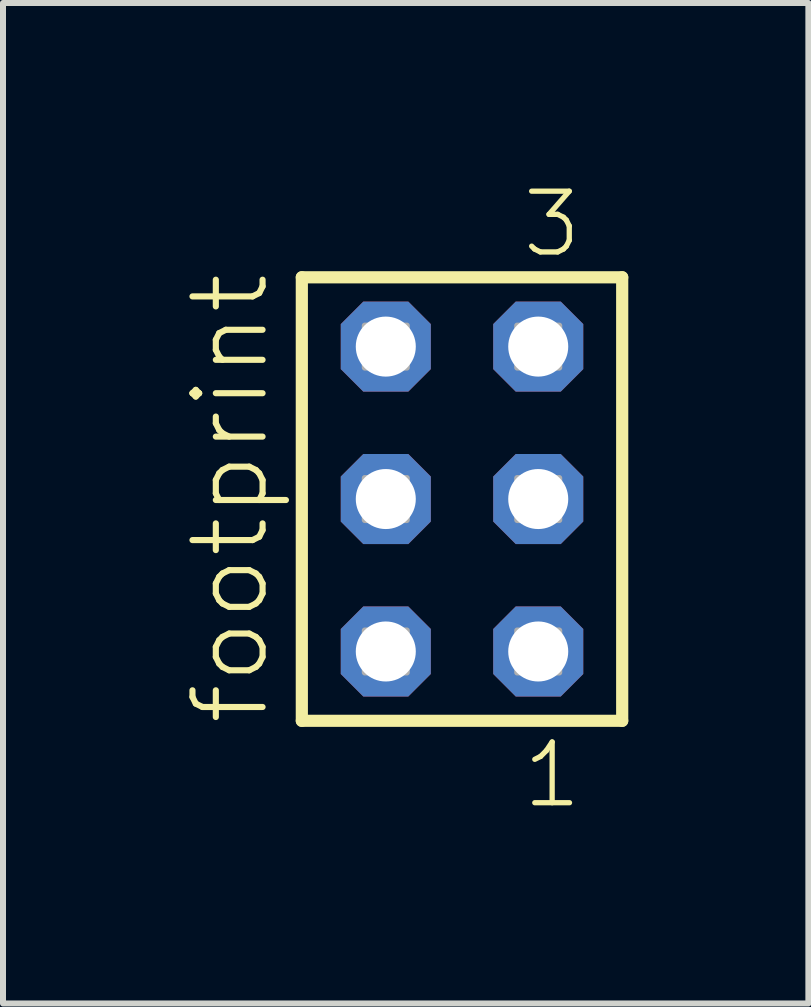
<source format=kicad_pcb>
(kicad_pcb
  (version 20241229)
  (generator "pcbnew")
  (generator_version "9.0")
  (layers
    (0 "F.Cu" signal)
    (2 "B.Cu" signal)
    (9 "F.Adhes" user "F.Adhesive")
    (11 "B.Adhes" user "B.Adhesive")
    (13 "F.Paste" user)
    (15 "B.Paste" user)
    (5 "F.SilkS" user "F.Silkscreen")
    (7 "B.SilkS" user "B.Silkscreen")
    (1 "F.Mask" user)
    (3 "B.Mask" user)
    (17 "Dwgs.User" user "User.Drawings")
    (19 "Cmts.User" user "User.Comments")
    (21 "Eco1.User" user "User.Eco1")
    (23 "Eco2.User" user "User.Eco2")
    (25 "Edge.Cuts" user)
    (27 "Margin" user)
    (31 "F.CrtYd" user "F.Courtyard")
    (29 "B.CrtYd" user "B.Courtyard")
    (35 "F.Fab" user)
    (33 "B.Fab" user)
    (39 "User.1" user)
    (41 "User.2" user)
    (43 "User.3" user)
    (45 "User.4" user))
  (footprint "footprint"
    (layer "F.Cu")
    (at 4.648 5.265)
    (property "Reference" "footprint" (at -3.175 3.81 90) (layer "F.SilkS") (effects (font (size 1.168 1.168) (thickness 0.102)) (justify left bottom)))
    (fp_line (start -2.669 -3.695) (end 2.669 -3.695) (stroke (width 0.203) (type solid)) (layer "F.SilkS"))
    (fp_line (start -2.669 3.695) (end -2.669 -3.695) (stroke (width 0.203) (type solid)) (layer "F.SilkS"))
    (fp_line (start 2.669 -3.695) (end 2.669 3.695) (stroke (width 0.203) (type solid)) (layer "F.SilkS"))
    (fp_line (start 2.669 3.695) (end -2.669 3.695) (stroke (width 0.203) (type solid)) (layer "F.SilkS"))
    (fp_poly (pts (xy -1.62 -2.19) (xy -0.92 -2.19) (xy -0.92 -2.89) (xy -1.62 -2.89)) (stroke (width 0.1) (type solid)) (fill no) (layer "F.Fab"))
    (fp_poly (pts (xy -1.62 0.35) (xy -0.92 0.35) (xy -0.92 -0.35) (xy -1.62 -0.35)) (stroke (width 0.1) (type solid)) (fill no) (layer "F.Fab"))
    (fp_poly (pts (xy -1.62 2.89) (xy -0.92 2.89) (xy -0.92 2.19) (xy -1.62 2.19)) (stroke (width 0.1) (type solid)) (fill no) (layer "F.Fab"))
    (fp_poly (pts (xy 0.92 -2.19) (xy 1.62 -2.19) (xy 1.62 -2.89) (xy 0.92 -2.89)) (stroke (width 0.1) (type solid)) (fill no) (layer "F.Fab"))
    (fp_poly (pts (xy 0.92 0.35) (xy 1.62 0.35) (xy 1.62 -0.35) (xy 0.92 -0.35)) (stroke (width 0.1) (type solid)) (fill no) (layer "F.Fab"))
    (fp_poly (pts (xy 0.92 2.89) (xy 1.62 2.89) (xy 1.62 2.19) (xy 0.92 2.19)) (stroke (width 0.1) (type solid)) (fill no) (layer "F.Fab"))
    (fp_text user "1" (at 0.962 5.188 0) (layer "F.SilkS") (effects (font (size 1.012 1.012) (thickness 0.088)) (justify left bottom)))
    (fp_text user "3" (at 0.958 -3.989 0) (layer "F.SilkS") (effects (font (size 1.012 1.012) (thickness 0.088)) (justify left bottom)))
    (pad "1" thru_hole roundrect (at 1.27 2.54 180) (size 1.5 1.5) (drill 1) (layers "*.Cu" "*.Mask") (roundrect_rratio 0.25) (chamfer_ratio 0.25) (chamfer top_left top_right bottom_left bottom_right))
    (pad "2" thru_hole roundrect (at 1.27 0 180) (size 1.5 1.5) (drill 1) (layers "*.Cu" "*.Mask") (roundrect_rratio 0.25) (chamfer_ratio 0.25) (chamfer top_left top_right bottom_left bottom_right))
    (pad "3" thru_hole roundrect (at 1.27 -2.54 180) (size 1.5 1.5) (drill 1) (layers "*.Cu" "*.Mask") (roundrect_rratio 0.25) (chamfer_ratio 0.25) (chamfer top_left top_right bottom_left bottom_right))
    (pad "4" thru_hole roundrect (at -1.27 2.54 180) (size 1.5 1.5) (drill 1) (layers "*.Cu" "*.Mask") (roundrect_rratio 0.25) (chamfer_ratio 0.25) (chamfer top_left top_right bottom_left bottom_right))
    (pad "5" thru_hole roundrect (at -1.27 0 180) (size 1.5 1.5) (drill 1) (layers "*.Cu" "*.Mask") (roundrect_rratio 0.25) (chamfer_ratio 0.25) (chamfer top_left top_right bottom_left bottom_right))
    (pad "6" thru_hole roundrect (at -1.27 -2.54 180) (size 1.5 1.5) (drill 1) (layers "*.Cu" "*.Mask") (roundrect_rratio 0.25) (chamfer_ratio 0.25) (chamfer top_left top_right bottom_left bottom_right)))
  (gr_rect
    (start -3 -3)
    (end 10.419 13.67)
    (stroke (width 0.1) (type default))
    (fill no)
    (layer "Edge.Cuts")))
</source>
